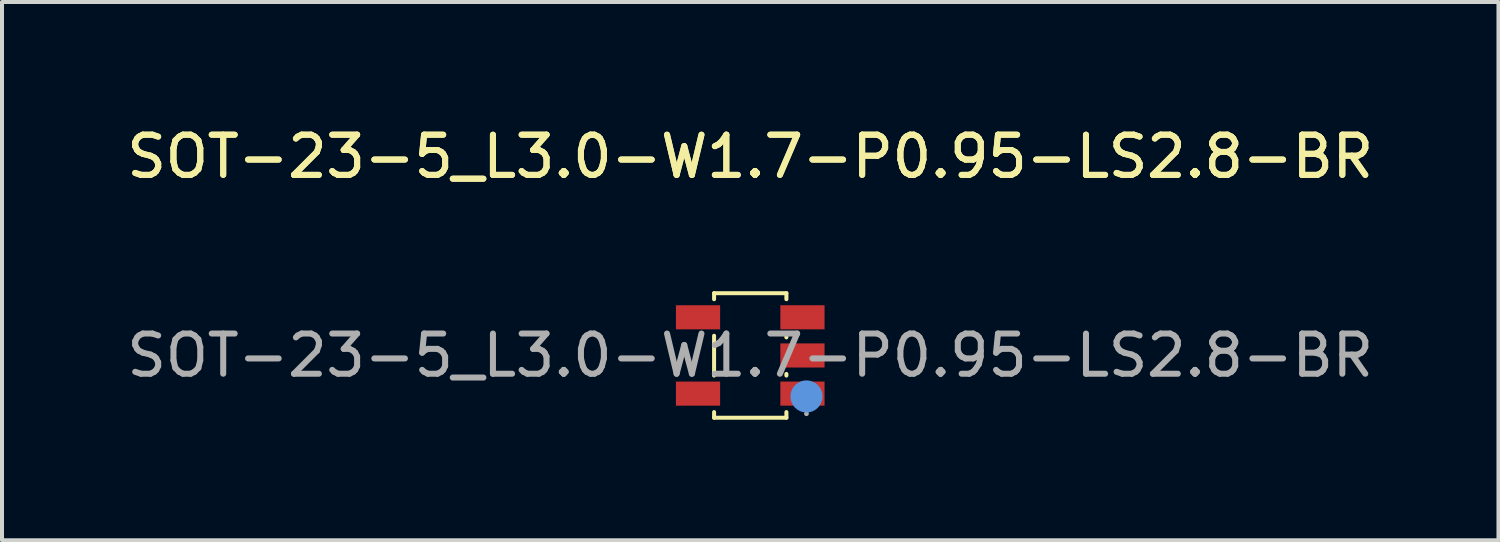
<source format=kicad_pcb>
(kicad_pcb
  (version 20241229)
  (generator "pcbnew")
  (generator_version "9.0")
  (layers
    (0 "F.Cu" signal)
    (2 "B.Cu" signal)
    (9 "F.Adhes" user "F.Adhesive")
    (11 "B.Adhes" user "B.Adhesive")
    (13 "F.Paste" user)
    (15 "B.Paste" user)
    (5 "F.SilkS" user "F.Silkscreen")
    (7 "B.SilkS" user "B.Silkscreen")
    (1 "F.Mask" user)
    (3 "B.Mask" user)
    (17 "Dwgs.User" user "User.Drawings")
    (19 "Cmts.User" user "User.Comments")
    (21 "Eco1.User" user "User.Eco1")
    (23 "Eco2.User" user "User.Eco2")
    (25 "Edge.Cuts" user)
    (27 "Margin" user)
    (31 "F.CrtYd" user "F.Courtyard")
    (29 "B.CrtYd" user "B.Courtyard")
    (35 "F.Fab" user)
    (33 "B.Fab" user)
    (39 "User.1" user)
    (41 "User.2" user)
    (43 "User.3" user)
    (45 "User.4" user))
  (footprint "SOT-23-5_L3.0-W1.7-P0.95-LS2.8-BR"
    (layer "F.Cu")
    (at 15.625 5.798)
    (property "Reference" "SOT-23-5_L3.0-W1.7-P0.95-LS2.8-BR" (at 0 -4.95 0) (layer "F.SilkS") (effects (font (size 1 1) (thickness 0.15))))
    (attr smd)
    (fp_line (start -0.9 -1.55) (end -0.9 -1.4) (stroke (width 0.1) (type solid)) (layer "F.SilkS"))
    (fp_line (start -0.9 -1.55) (end 0.9 -1.55) (stroke (width 0.1) (type solid)) (layer "F.SilkS"))
    (fp_line (start -0.9 -0.49) (end -0.9 0.5) (stroke (width 0.1) (type solid)) (layer "F.SilkS"))
    (fp_line (start -0.9 1.41) (end -0.9 1.55) (stroke (width 0.1) (type solid)) (layer "F.SilkS"))
    (fp_line (start -0.9 1.55) (end 0.9 1.55) (stroke (width 0.1) (type solid)) (layer "F.SilkS"))
    (fp_line (start 0.9 -1.55) (end 0.9 -1.4) (stroke (width 0.1) (type solid)) (layer "F.SilkS"))
    (fp_line (start 0.9 -0.49) (end 0.9 -0.45) (stroke (width 0.1) (type solid)) (layer "F.SilkS"))
    (fp_line (start 0.9 0.46) (end 0.9 0.5) (stroke (width 0.1) (type solid)) (layer "F.SilkS"))
    (fp_line (start 0.9 1.41) (end 0.9 1.55) (stroke (width 0.1) (type solid)) (layer "F.SilkS"))
    (fp_circle (center 1.4 1.02) (end 1.6 1.02) (stroke (width 0.4) (type solid)) (fill no) (layer "Cmts.User"))
    (fp_circle (center 1.4 1.45) (end 1.43 1.45) (stroke (width 0.06) (type solid)) (fill no) (layer "F.Fab"))
    (fp_text user "${REFERENCE}" (at 0 -4.95 0) (layer "F.SilkS") (effects (font (size 1 1) (thickness 0.15))))
    (fp_text user "${REFERENCE}" (at 0 0 0) (layer "F.Fab") (effects (font (size 1 1) (thickness 0.15))))
    (pad "1" smd rect (at 1.3 0.95) (size 1.1 0.6) (layers "F.Cu" "F.Mask" "F.Paste"))
    (pad "2" smd rect (at 1.3 0) (size 1.1 0.6) (layers "F.Cu" "F.Mask" "F.Paste"))
    (pad "3" smd rect (at 1.3 -0.95) (size 1.1 0.6) (layers "F.Cu" "F.Mask" "F.Paste"))
    (pad "4" smd rect (at -1.3 -0.95) (size 1.1 0.6) (layers "F.Cu" "F.Mask" "F.Paste"))
    (pad "5" smd rect (at -1.3 0.95) (size 1.1 0.6) (layers "F.Cu" "F.Mask" "F.Paste")))
  (gr_rect
    (start -3 -3)
    (end 34.25 10.398)
    (stroke (width 0.1) (type default))
    (fill no)
    (layer "Edge.Cuts")))
</source>
